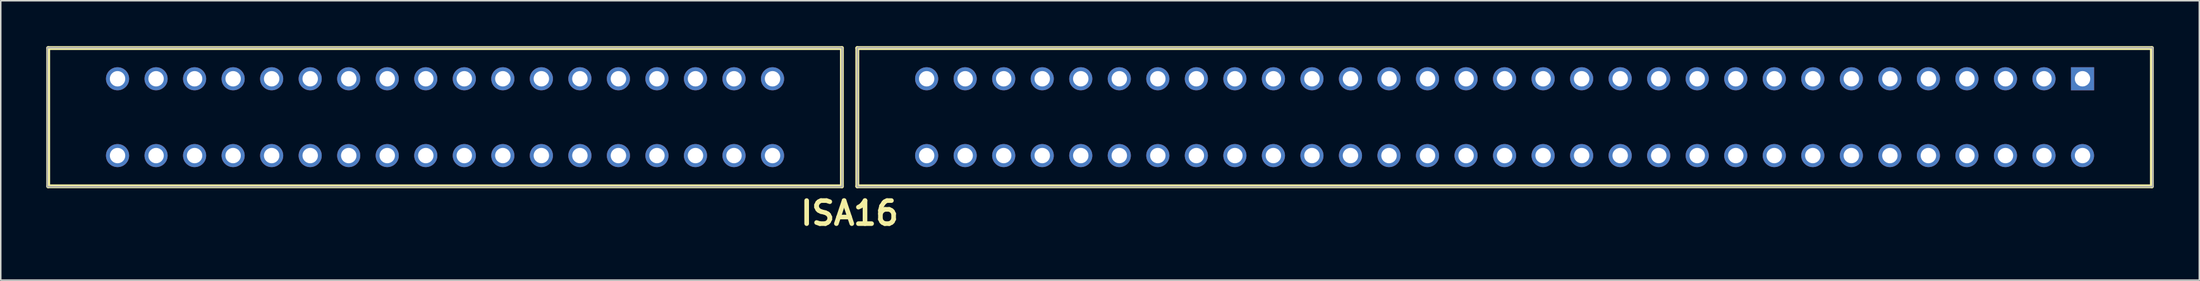
<source format=kicad_pcb>
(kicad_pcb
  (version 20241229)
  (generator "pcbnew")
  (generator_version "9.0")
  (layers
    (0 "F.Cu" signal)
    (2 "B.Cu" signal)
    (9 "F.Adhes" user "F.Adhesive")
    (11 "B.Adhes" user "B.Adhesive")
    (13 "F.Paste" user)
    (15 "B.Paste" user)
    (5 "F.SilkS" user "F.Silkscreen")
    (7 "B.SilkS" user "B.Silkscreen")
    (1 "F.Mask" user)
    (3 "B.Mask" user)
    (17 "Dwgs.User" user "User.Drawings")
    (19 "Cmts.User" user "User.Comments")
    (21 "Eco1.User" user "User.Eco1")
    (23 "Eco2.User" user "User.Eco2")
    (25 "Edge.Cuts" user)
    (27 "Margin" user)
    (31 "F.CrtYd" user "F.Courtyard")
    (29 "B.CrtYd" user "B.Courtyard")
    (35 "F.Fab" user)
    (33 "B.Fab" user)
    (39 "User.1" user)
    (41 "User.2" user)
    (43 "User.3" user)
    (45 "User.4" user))
  (footprint "ISA16"
    (layer "F.Cu")
    (at 69.469 4.699)
    (property "Reference" "ISA16" (at -16.51 6.35 0) (layer "F.SilkS") (effects (font (size 1.524 1.524) (thickness 0.305))))
    (fp_line (start -69.342 -4.572) (end -69.342 4.572) (stroke (width 0.254) (type solid)) (layer "F.SilkS"))
    (fp_line (start -69.342 -4.572) (end -17.018 -4.572) (stroke (width 0.254) (type solid)) (layer "F.SilkS"))
    (fp_line (start -17.018 -4.572) (end -17.018 4.572) (stroke (width 0.254) (type solid)) (layer "F.SilkS"))
    (fp_line (start -17.018 4.572) (end -69.342 4.572) (stroke (width 0.254) (type solid)) (layer "F.SilkS"))
    (fp_line (start -16.002 -4.572) (end 69.342 -4.572) (stroke (width 0.254) (type solid)) (layer "F.SilkS"))
    (fp_line (start -16.002 4.572) (end -16.002 -4.572) (stroke (width 0.254) (type solid)) (layer "F.SilkS"))
    (fp_line (start 69.342 -4.572) (end 69.342 4.572) (stroke (width 0.254) (type solid)) (layer "F.SilkS"))
    (fp_line (start 69.342 4.572) (end -16.002 4.572) (stroke (width 0.254) (type solid)) (layer "F.SilkS"))
    (fp_rect (start -69.4 -4.6) (end -17 4.6) (stroke (width 0.1) (type default)) (fill no) (layer "F.Fab"))
    (fp_rect (start -16 -4.6) (end 69.4 4.6) (stroke (width 0.1) (type default)) (fill no) (layer "F.Fab"))
    (pad "1" thru_hole rect (at 64.77 -2.54 180) (size 1.524 1.524) (drill 1.016) (layers "*.Cu" "*.Mask"))
    (pad "2" thru_hole circle (at 62.23 -2.54 180) (size 1.524 1.524) (drill 1.016) (layers "*.Cu" "*.Mask"))
    (pad "3" thru_hole circle (at 59.69 -2.54 180) (size 1.524 1.524) (drill 1.016) (layers "*.Cu" "*.Mask"))
    (pad "4" thru_hole circle (at 57.15 -2.54 180) (size 1.524 1.524) (drill 1.016) (layers "*.Cu" "*.Mask"))
    (pad "5" thru_hole circle (at 54.61 -2.54 180) (size 1.524 1.524) (drill 1.016) (layers "*.Cu" "*.Mask"))
    (pad "6" thru_hole circle (at 52.07 -2.54 180) (size 1.524 1.524) (drill 1.016) (layers "*.Cu" "*.Mask"))
    (pad "7" thru_hole circle (at 49.53 -2.54 180) (size 1.524 1.524) (drill 1.016) (layers "*.Cu" "*.Mask"))
    (pad "8" thru_hole circle (at 46.99 -2.54 180) (size 1.524 1.524) (drill 1.016) (layers "*.Cu" "*.Mask"))
    (pad "9" thru_hole circle (at 44.45 -2.54 180) (size 1.524 1.524) (drill 1.016) (layers "*.Cu" "*.Mask"))
    (pad "10" thru_hole circle (at 41.91 -2.54 180) (size 1.524 1.524) (drill 1.016) (layers "*.Cu" "*.Mask"))
    (pad "11" thru_hole circle (at 39.37 -2.54 180) (size 1.524 1.524) (drill 1.016) (layers "*.Cu" "*.Mask"))
    (pad "12" thru_hole circle (at 36.83 -2.54 180) (size 1.524 1.524) (drill 1.016) (layers "*.Cu" "*.Mask"))
    (pad "13" thru_hole circle (at 34.29 -2.54 180) (size 1.524 1.524) (drill 1.016) (layers "*.Cu" "*.Mask"))
    (pad "14" thru_hole circle (at 31.75 -2.54 180) (size 1.524 1.524) (drill 1.016) (layers "*.Cu" "*.Mask"))
    (pad "15" thru_hole circle (at 29.21 -2.54 180) (size 1.524 1.524) (drill 1.016) (layers "*.Cu" "*.Mask"))
    (pad "16" thru_hole circle (at 26.67 -2.54 180) (size 1.524 1.524) (drill 1.016) (layers "*.Cu" "*.Mask"))
    (pad "17" thru_hole circle (at 24.13 -2.54 180) (size 1.524 1.524) (drill 1.016) (layers "*.Cu" "*.Mask"))
    (pad "18" thru_hole circle (at 21.59 -2.54 180) (size 1.524 1.524) (drill 1.016) (layers "*.Cu" "*.Mask"))
    (pad "19" thru_hole circle (at 19.05 -2.54 180) (size 1.524 1.524) (drill 1.016) (layers "*.Cu" "*.Mask"))
    (pad "20" thru_hole circle (at 16.51 -2.54 180) (size 1.524 1.524) (drill 1.016) (layers "*.Cu" "*.Mask"))
    (pad "21" thru_hole circle (at 13.97 -2.54 180) (size 1.524 1.524) (drill 1.016) (layers "*.Cu" "*.Mask"))
    (pad "22" thru_hole circle (at 11.43 -2.54 180) (size 1.524 1.524) (drill 1.016) (layers "*.Cu" "*.Mask"))
    (pad "23" thru_hole circle (at 8.89 -2.54 180) (size 1.524 1.524) (drill 1.016) (layers "*.Cu" "*.Mask"))
    (pad "24" thru_hole circle (at 6.35 -2.54 180) (size 1.524 1.524) (drill 1.016) (layers "*.Cu" "*.Mask"))
    (pad "25" thru_hole circle (at 3.81 -2.54 180) (size 1.524 1.524) (drill 1.016) (layers "*.Cu" "*.Mask"))
    (pad "26" thru_hole circle (at 1.27 -2.54 180) (size 1.524 1.524) (drill 1.016) (layers "*.Cu" "*.Mask"))
    (pad "27" thru_hole circle (at -1.27 -2.54 180) (size 1.524 1.524) (drill 1.016) (layers "*.Cu" "*.Mask"))
    (pad "28" thru_hole circle (at -3.81 -2.54 180) (size 1.524 1.524) (drill 1.016) (layers "*.Cu" "*.Mask"))
    (pad "29" thru_hole circle (at -6.35 -2.54 180) (size 1.524 1.524) (drill 1.016) (layers "*.Cu" "*.Mask"))
    (pad "30" thru_hole circle (at -8.89 -2.54 180) (size 1.524 1.524) (drill 1.016) (layers "*.Cu" "*.Mask"))
    (pad "31" thru_hole circle (at -11.43 -2.54 180) (size 1.524 1.524) (drill 1.016) (layers "*.Cu" "*.Mask"))
    (pad "32" thru_hole circle (at 64.77 2.54 180) (size 1.524 1.524) (drill 1.016) (layers "*.Cu" "*.Mask"))
    (pad "33" thru_hole circle (at 62.23 2.54 180) (size 1.524 1.524) (drill 1.016) (layers "*.Cu" "*.Mask"))
    (pad "34" thru_hole circle (at 59.69 2.54 180) (size 1.524 1.524) (drill 1.016) (layers "*.Cu" "*.Mask"))
    (pad "35" thru_hole circle (at 57.15 2.54 180) (size 1.524 1.524) (drill 1.016) (layers "*.Cu" "*.Mask"))
    (pad "36" thru_hole circle (at 54.61 2.54 180) (size 1.524 1.524) (drill 1.016) (layers "*.Cu" "*.Mask"))
    (pad "37" thru_hole circle (at 52.07 2.54 180) (size 1.524 1.524) (drill 1.016) (layers "*.Cu" "*.Mask"))
    (pad "38" thru_hole circle (at 49.53 2.54 180) (size 1.524 1.524) (drill 1.016) (layers "*.Cu" "*.Mask"))
    (pad "39" thru_hole circle (at 46.99 2.54 180) (size 1.524 1.524) (drill 1.016) (layers "*.Cu" "*.Mask"))
    (pad "40" thru_hole circle (at 44.45 2.54 180) (size 1.524 1.524) (drill 1.016) (layers "*.Cu" "*.Mask"))
    (pad "41" thru_hole circle (at 41.91 2.54 180) (size 1.524 1.524) (drill 1.016) (layers "*.Cu" "*.Mask"))
    (pad "42" thru_hole circle (at 39.37 2.54 180) (size 1.524 1.524) (drill 1.016) (layers "*.Cu" "*.Mask"))
    (pad "43" thru_hole circle (at 36.83 2.54 180) (size 1.524 1.524) (drill 1.016) (layers "*.Cu" "*.Mask"))
    (pad "44" thru_hole circle (at 34.29 2.54 180) (size 1.524 1.524) (drill 1.016) (layers "*.Cu" "*.Mask"))
    (pad "45" thru_hole circle (at 31.75 2.54 180) (size 1.524 1.524) (drill 1.016) (layers "*.Cu" "*.Mask"))
    (pad "46" thru_hole circle (at 29.21 2.54 180) (size 1.524 1.524) (drill 1.016) (layers "*.Cu" "*.Mask"))
    (pad "47" thru_hole circle (at 26.67 2.54 180) (size 1.524 1.524) (drill 1.016) (layers "*.Cu" "*.Mask"))
    (pad "48" thru_hole circle (at 24.13 2.54 180) (size 1.524 1.524) (drill 1.016) (layers "*.Cu" "*.Mask"))
    (pad "49" thru_hole circle (at 21.59 2.54 180) (size 1.524 1.524) (drill 1.016) (layers "*.Cu" "*.Mask"))
    (pad "50" thru_hole circle (at 19.05 2.54 180) (size 1.524 1.524) (drill 1.016) (layers "*.Cu" "*.Mask"))
    (pad "51" thru_hole circle (at 16.51 2.54 180) (size 1.524 1.524) (drill 1.016) (layers "*.Cu" "*.Mask"))
    (pad "52" thru_hole circle (at 13.97 2.54 180) (size 1.524 1.524) (drill 1.016) (layers "*.Cu" "*.Mask"))
    (pad "53" thru_hole circle (at 11.43 2.54 180) (size 1.524 1.524) (drill 1.016) (layers "*.Cu" "*.Mask"))
    (pad "54" thru_hole circle (at 8.89 2.54 180) (size 1.524 1.524) (drill 1.016) (layers "*.Cu" "*.Mask"))
    (pad "55" thru_hole circle (at 6.35 2.54 180) (size 1.524 1.524) (drill 1.016) (layers "*.Cu" "*.Mask"))
    (pad "56" thru_hole circle (at 3.81 2.54 180) (size 1.524 1.524) (drill 1.016) (layers "*.Cu" "*.Mask"))
    (pad "57" thru_hole circle (at 1.27 2.54 180) (size 1.524 1.524) (drill 1.016) (layers "*.Cu" "*.Mask"))
    (pad "58" thru_hole circle (at -1.27 2.54 180) (size 1.524 1.524) (drill 1.016) (layers "*.Cu" "*.Mask"))
    (pad "59" thru_hole circle (at -3.81 2.54 180) (size 1.524 1.524) (drill 1.016) (layers "*.Cu" "*.Mask"))
    (pad "60" thru_hole circle (at -6.35 2.54 180) (size 1.524 1.524) (drill 1.016) (layers "*.Cu" "*.Mask"))
    (pad "61" thru_hole circle (at -8.89 2.54 180) (size 1.524 1.524) (drill 1.016) (layers "*.Cu" "*.Mask"))
    (pad "62" thru_hole circle (at -11.43 2.54 180) (size 1.524 1.524) (drill 1.016) (layers "*.Cu" "*.Mask"))
    (pad "63" thru_hole circle (at -21.59 -2.54 180) (size 1.524 1.524) (drill 1.016) (layers "*.Cu" "*.Mask"))
    (pad "64" thru_hole circle (at -24.13 -2.54 180) (size 1.524 1.524) (drill 1.016) (layers "*.Cu" "*.Mask"))
    (pad "65" thru_hole circle (at -26.67 -2.54 180) (size 1.524 1.524) (drill 1.016) (layers "*.Cu" "*.Mask"))
    (pad "66" thru_hole circle (at -29.21 -2.54 180) (size 1.524 1.524) (drill 1.016) (layers "*.Cu" "*.Mask"))
    (pad "67" thru_hole circle (at -31.75 -2.54 180) (size 1.524 1.524) (drill 1.016) (layers "*.Cu" "*.Mask"))
    (pad "68" thru_hole circle (at -34.29 -2.54 180) (size 1.524 1.524) (drill 1.016) (layers "*.Cu" "*.Mask"))
    (pad "69" thru_hole circle (at -36.83 -2.54 180) (size 1.524 1.524) (drill 1.016) (layers "*.Cu" "*.Mask"))
    (pad "70" thru_hole circle (at -39.37 -2.54 180) (size 1.524 1.524) (drill 1.016) (layers "*.Cu" "*.Mask"))
    (pad "71" thru_hole circle (at -41.91 -2.54 180) (size 1.524 1.524) (drill 1.016) (layers "*.Cu" "*.Mask"))
    (pad "72" thru_hole circle (at -44.45 -2.54 180) (size 1.524 1.524) (drill 1.016) (layers "*.Cu" "*.Mask"))
    (pad "73" thru_hole circle (at -46.99 -2.54 180) (size 1.524 1.524) (drill 1.016) (layers "*.Cu" "*.Mask"))
    (pad "74" thru_hole circle (at -49.53 -2.54 180) (size 1.524 1.524) (drill 1.016) (layers "*.Cu" "*.Mask"))
    (pad "75" thru_hole circle (at -52.07 -2.54 180) (size 1.524 1.524) (drill 1.016) (layers "*.Cu" "*.Mask"))
    (pad "76" thru_hole circle (at -54.61 -2.54 180) (size 1.524 1.524) (drill 1.016) (layers "*.Cu" "*.Mask"))
    (pad "77" thru_hole circle (at -57.15 -2.54 180) (size 1.524 1.524) (drill 1.016) (layers "*.Cu" "*.Mask"))
    (pad "78" thru_hole circle (at -59.69 -2.54 180) (size 1.524 1.524) (drill 1.016) (layers "*.Cu" "*.Mask"))
    (pad "79" thru_hole circle (at -62.23 -2.54 180) (size 1.524 1.524) (drill 1.016) (layers "*.Cu" "*.Mask"))
    (pad "80" thru_hole circle (at -64.77 -2.54 180) (size 1.524 1.524) (drill 1.016) (layers "*.Cu" "*.Mask"))
    (pad "81" thru_hole circle (at -21.59 2.54 180) (size 1.524 1.524) (drill 1.016) (layers "*.Cu" "*.Mask"))
    (pad "82" thru_hole circle (at -24.13 2.54 180) (size 1.524 1.524) (drill 1.016) (layers "*.Cu" "*.Mask"))
    (pad "83" thru_hole circle (at -26.67 2.54 180) (size 1.524 1.524) (drill 1.016) (layers "*.Cu" "*.Mask"))
    (pad "84" thru_hole circle (at -29.21 2.54 180) (size 1.524 1.524) (drill 1.016) (layers "*.Cu" "*.Mask"))
    (pad "85" thru_hole circle (at -31.75 2.54 180) (size 1.524 1.524) (drill 1.016) (layers "*.Cu" "*.Mask"))
    (pad "86" thru_hole circle (at -34.29 2.54 180) (size 1.524 1.524) (drill 1.016) (layers "*.Cu" "*.Mask"))
    (pad "87" thru_hole circle (at -36.83 2.54 180) (size 1.524 1.524) (drill 1.016) (layers "*.Cu" "*.Mask"))
    (pad "88" thru_hole circle (at -39.37 2.54 180) (size 1.524 1.524) (drill 1.016) (layers "*.Cu" "*.Mask"))
    (pad "89" thru_hole circle (at -41.91 2.54 180) (size 1.524 1.524) (drill 1.016) (layers "*.Cu" "*.Mask"))
    (pad "90" thru_hole circle (at -44.45 2.54 180) (size 1.524 1.524) (drill 1.016) (layers "*.Cu" "*.Mask"))
    (pad "91" thru_hole circle (at -46.99 2.54 180) (size 1.524 1.524) (drill 1.016) (layers "*.Cu" "*.Mask"))
    (pad "92" thru_hole circle (at -49.53 2.54 180) (size 1.524 1.524) (drill 1.016) (layers "*.Cu" "*.Mask"))
    (pad "93" thru_hole circle (at -52.07 2.54 180) (size 1.524 1.524) (drill 1.016) (layers "*.Cu" "*.Mask"))
    (pad "94" thru_hole circle (at -54.61 2.54 180) (size 1.524 1.524) (drill 1.016) (layers "*.Cu" "*.Mask"))
    (pad "95" thru_hole circle (at -57.15 2.54 180) (size 1.524 1.524) (drill 1.016) (layers "*.Cu" "*.Mask"))
    (pad "96" thru_hole circle (at -59.69 2.54 180) (size 1.524 1.524) (drill 1.016) (layers "*.Cu" "*.Mask"))
    (pad "97" thru_hole circle (at -62.23 2.54 180) (size 1.524 1.524) (drill 1.016) (layers "*.Cu" "*.Mask"))
    (pad "98" thru_hole circle (at -64.77 2.54 180) (size 1.524 1.524) (drill 1.016) (layers "*.Cu" "*.Mask")))
  (gr_rect
    (start -3 -3)
    (end 141.938 15.475)
    (stroke (width 0.1) (type default))
    (fill no)
    (layer "Edge.Cuts")))
</source>
